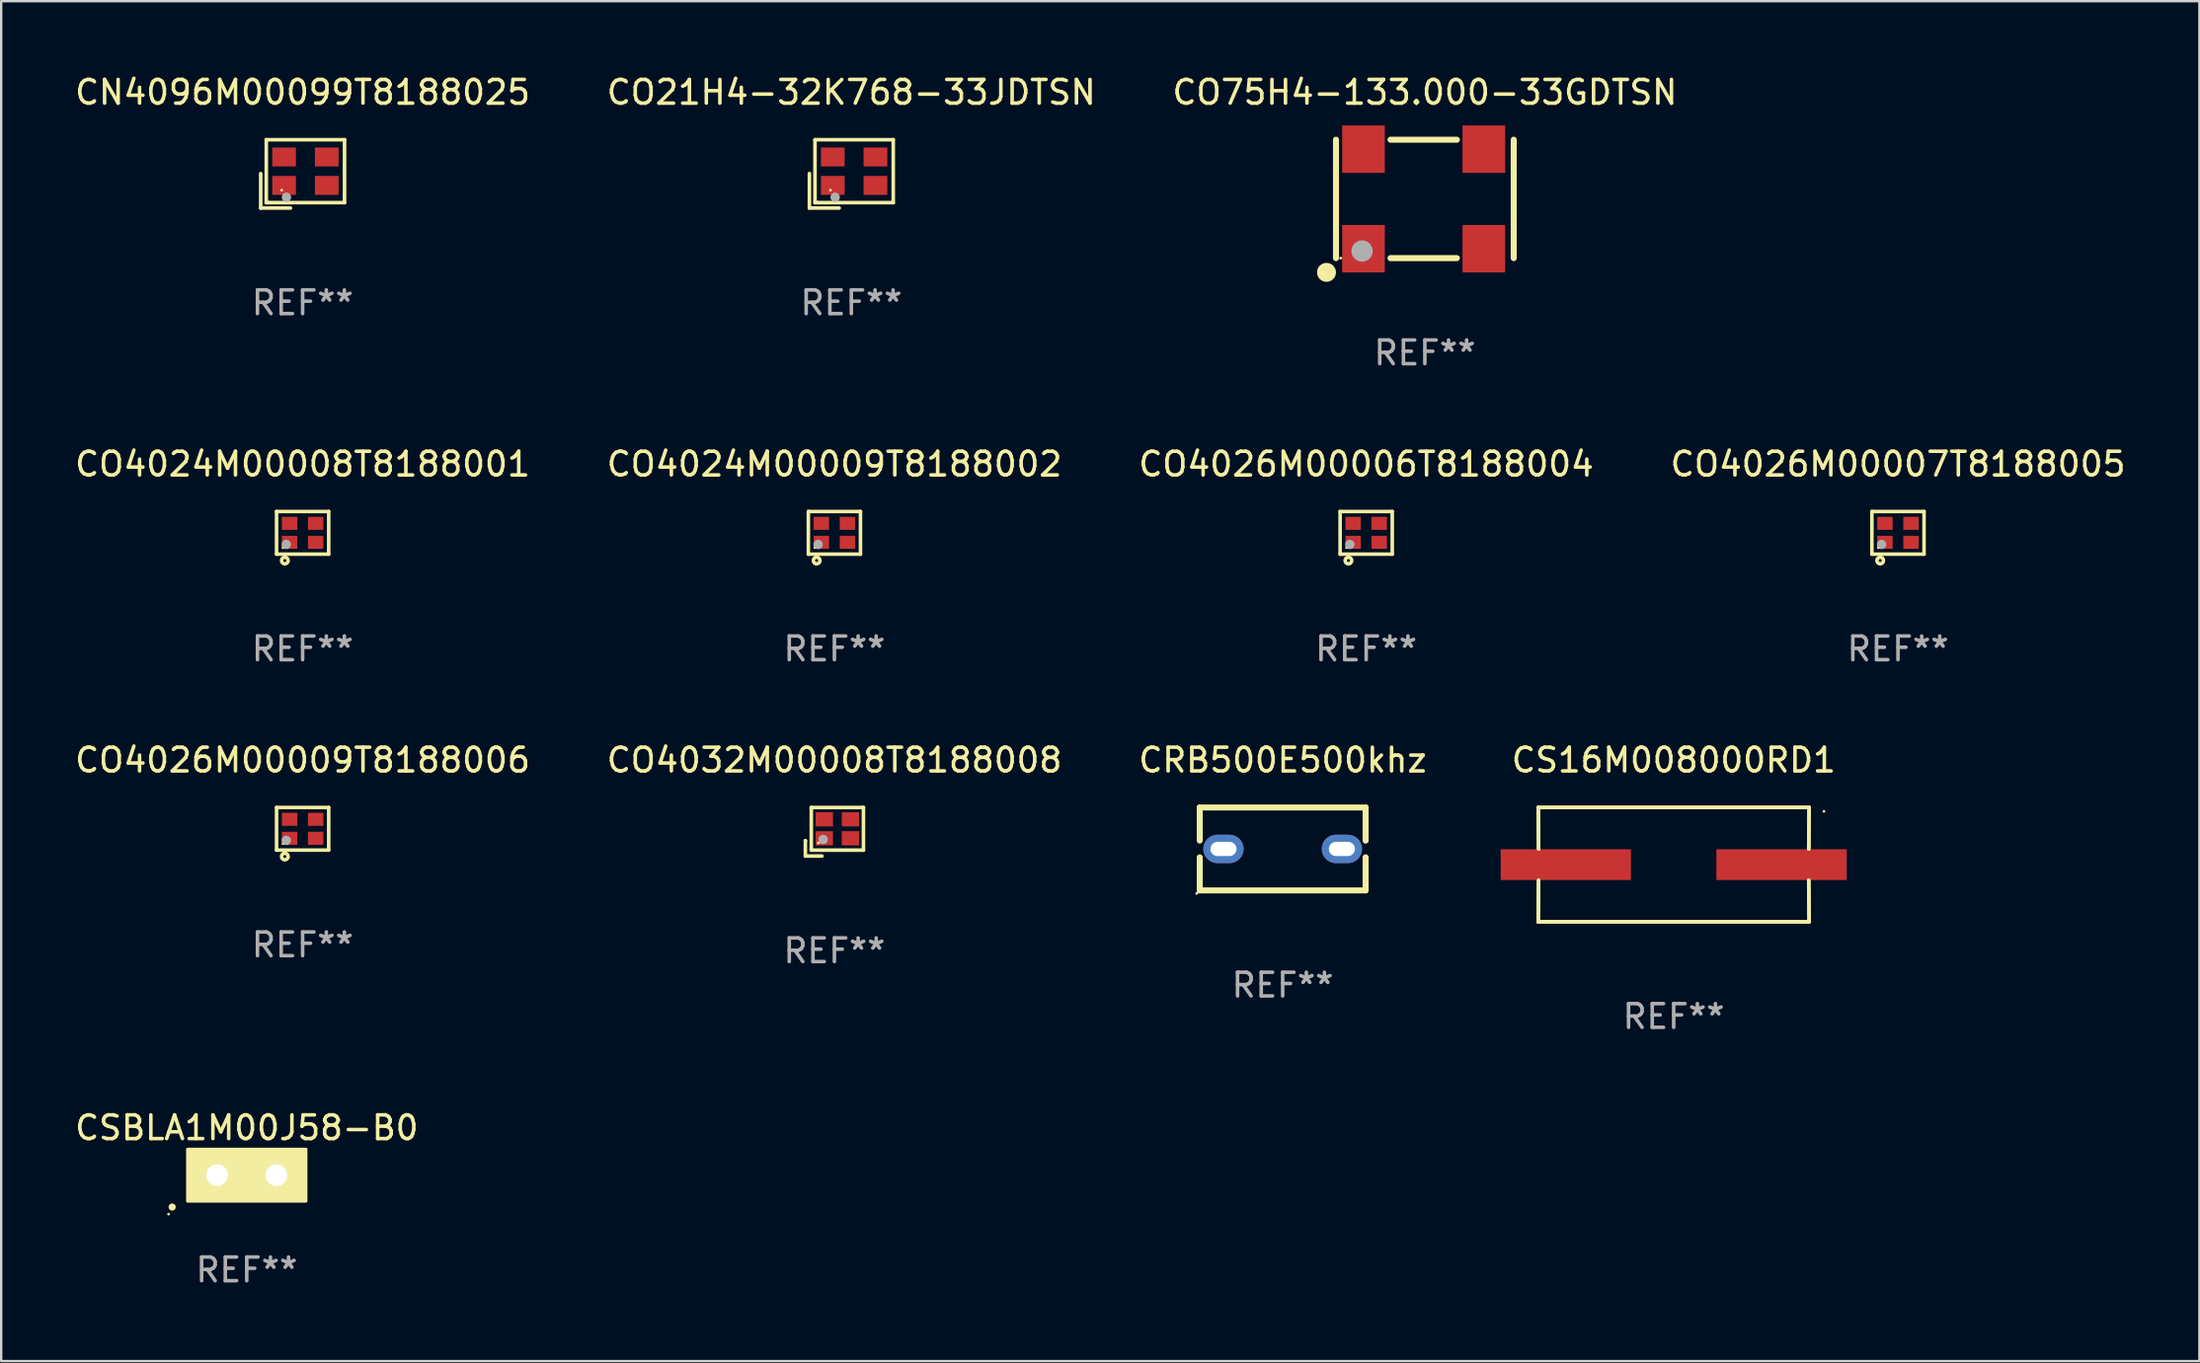
<source format=kicad_pcb>
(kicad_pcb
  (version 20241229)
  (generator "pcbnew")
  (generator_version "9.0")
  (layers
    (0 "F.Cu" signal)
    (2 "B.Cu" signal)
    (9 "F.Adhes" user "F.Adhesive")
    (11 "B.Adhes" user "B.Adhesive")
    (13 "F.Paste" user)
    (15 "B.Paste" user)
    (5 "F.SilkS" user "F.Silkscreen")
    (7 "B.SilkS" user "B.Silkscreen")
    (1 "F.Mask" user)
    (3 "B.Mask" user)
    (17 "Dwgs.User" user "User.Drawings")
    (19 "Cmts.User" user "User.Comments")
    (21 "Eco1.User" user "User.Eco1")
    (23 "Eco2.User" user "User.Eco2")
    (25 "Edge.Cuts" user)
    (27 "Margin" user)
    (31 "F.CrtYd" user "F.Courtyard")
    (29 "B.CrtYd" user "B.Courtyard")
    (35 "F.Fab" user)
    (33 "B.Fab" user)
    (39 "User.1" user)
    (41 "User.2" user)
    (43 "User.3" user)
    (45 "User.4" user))
  (footprint "CO4032M00008T8188008"
    (layer "F.Cu")
    (at 32.161 32.066)
    (property "Reference" "CO4032M00008T8188008" (at 0 -3.025 0) (layer "F.SilkS") (effects (font (size 1 1) (thickness 0.15))))
    (attr through_hole)
    (fp_line (start -1.225 0.375) (end -1.225 0.375) (stroke (width 0.152) (type solid)) (layer "F.SilkS"))
    (fp_line (start -1.225 0.375) (end -1.225 1.025) (stroke (width 0.152) (type solid)) (layer "F.SilkS"))
    (fp_line (start -1.225 1.025) (end -0.526 1.025) (stroke (width 0.152) (type solid)) (layer "F.SilkS"))
    (fp_line (start -0.975 -1.025) (end -0.975 0.725) (stroke (width 0.152) (type solid)) (layer "F.SilkS"))
    (fp_line (start -0.975 0.725) (end -0.975 0.775) (stroke (width 0.152) (type solid)) (layer "F.SilkS"))
    (fp_line (start -0.975 0.775) (end 1.225 0.775) (stroke (width 0.152) (type solid)) (layer "F.SilkS"))
    (fp_line (start 1.225 -1.025) (end -0.975 -1.025) (stroke (width 0.152) (type solid)) (layer "F.SilkS"))
    (fp_line (start 1.225 0.775) (end 1.225 -1.025) (stroke (width 0.152) (type solid)) (layer "F.SilkS"))
    (fp_circle (center -0.675 0.475) (end -0.645 0.475) (stroke (width 0.06) (type solid)) (fill no) (layer "F.SilkS"))
    (fp_circle (center -0.475 0.325) (end -0.375 0.325) (stroke (width 0.2) (type solid)) (fill no) (layer "F.Fab"))
    (fp_text user "REF**" (at 0 5.025 0) (layer "F.Fab") (effects (font (size 1 1) (thickness 0.15))))
    (pad "1" smd rect (at -0.425 0.275) (size 0.73 0.6) (layers "F.Cu" "F.Mask" "F.Paste"))
    (pad "2" smd rect (at 0.675 0.275) (size 0.73 0.6) (layers "F.Cu" "F.Mask" "F.Paste"))
    (pad "3" smd rect (at 0.675 -0.525) (size 0.73 0.6) (layers "F.Cu" "F.Mask" "F.Paste"))
    (pad "4" smd rect (at -0.425 -0.525) (size 0.73 0.6) (layers "F.Cu" "F.Mask" "F.Paste")))
  (footprint "CO4024M00009T8188002"
    (layer "F.Cu")
    (at 32.161 19.445)
    (property "Reference" "CO4024M00009T8188002" (at 0 -2.9 0) (layer "F.SilkS") (effects (font (size 1 1) (thickness 0.15))))
    (attr through_hole)
    (fp_line (start -1.1 -0.9) (end -1.1 0.9) (stroke (width 0.15) (type solid)) (layer "F.SilkS"))
    (fp_line (start -1.1 -0.9) (end 1.1 -0.9) (stroke (width 0.15) (type solid)) (layer "F.SilkS"))
    (fp_line (start -1.1 0.9) (end 1.1 0.9) (stroke (width 0.15) (type solid)) (layer "F.SilkS"))
    (fp_line (start 1.1 -0.9) (end 1.1 0.9) (stroke (width 0.15) (type solid)) (layer "F.SilkS"))
    (fp_circle (center -0.825 0.625) (end -0.795 0.625) (stroke (width 0.06) (type solid)) (fill no) (layer "F.SilkS"))
    (fp_circle (center -0.75 1.17) (end -0.686 1.17) (stroke (width 0.15) (type solid)) (fill no) (layer "F.SilkS"))
    (fp_circle (center -0.69 0.49) (end -0.59 0.49) (stroke (width 0.2) (type solid)) (fill no) (layer "F.Fab"))
    (fp_text user "REF**" (at 0 4.9 0) (layer "F.Fab") (effects (font (size 1 1) (thickness 0.15))))
    (pad "1" smd rect (at -0.55 0.4) (size 0.65 0.55) (layers "F.Cu" "F.Mask" "F.Paste"))
    (pad "2" smd rect (at 0.55 0.4) (size 0.65 0.55) (layers "F.Cu" "F.Mask" "F.Paste"))
    (pad "3" smd rect (at 0.55 -0.4) (size 0.65 0.55) (layers "F.Cu" "F.Mask" "F.Paste"))
    (pad "4" smd rect (at -0.55 -0.4) (size 0.65 0.55) (layers "F.Cu" "F.Mask" "F.Paste")))
  (footprint "CRB500E500khz"
    (layer "F.Cu")
    (at 51.077 32.791)
    (property "Reference" "CRB500E500khz" (at 0 -3.75 0) (layer "F.SilkS") (effects (font (size 1 1) (thickness 0.15))))
    (attr through_hole)
    (fp_line (start -3.5 -1.75) (end -3.5 -0.354) (stroke (width 0.254) (type solid)) (layer "F.SilkS"))
    (fp_line (start -3.5 -1.75) (end 3.5 -1.75) (stroke (width 0.254) (type solid)) (layer "F.SilkS"))
    (fp_line (start -3.5 0.354) (end -3.5 1.75) (stroke (width 0.254) (type solid)) (layer "F.SilkS"))
    (fp_line (start 3.5 -1.75) (end 3.5 -0.353) (stroke (width 0.254) (type solid)) (layer "F.SilkS"))
    (fp_line (start 3.5 0.353) (end 3.5 1.75) (stroke (width 0.254) (type solid)) (layer "F.SilkS"))
    (fp_line (start 3.5 1.75) (end -3.5 1.75) (stroke (width 0.254) (type solid)) (layer "F.SilkS"))
    (fp_circle (center -3.627 1.877) (end -3.597 1.877) (stroke (width 0.06) (type solid)) (fill no) (layer "F.SilkS"))
    (fp_text user "REF**" (at 0 5.75 0) (layer "F.Fab") (effects (font (size 1 1) (thickness 0.15))))
    (pad "1" thru_hole oval (at -2.499 0) (size 1.7 1.2) (drill oval 1.1 0.6) (layers "*.Cu" "*.Mask"))
    (pad "2" thru_hole oval (at 2.499 0) (size 1.7 1.2) (drill oval 1.1 0.6) (layers "*.Cu" "*.Mask")))
  (footprint "CO4026M00006T8188004"
    (layer "F.Cu")
    (at 54.601 19.445)
    (property "Reference" "CO4026M00006T8188004" (at 0 -2.9 0) (layer "F.SilkS") (effects (font (size 1 1) (thickness 0.15))))
    (attr through_hole)
    (fp_line (start -1.1 -0.9) (end -1.1 0.9) (stroke (width 0.15) (type solid)) (layer "F.SilkS"))
    (fp_line (start -1.1 -0.9) (end 1.1 -0.9) (stroke (width 0.15) (type solid)) (layer "F.SilkS"))
    (fp_line (start -1.1 0.9) (end 1.1 0.9) (stroke (width 0.15) (type solid)) (layer "F.SilkS"))
    (fp_line (start 1.1 -0.9) (end 1.1 0.9) (stroke (width 0.15) (type solid)) (layer "F.SilkS"))
    (fp_circle (center -0.825 0.625) (end -0.795 0.625) (stroke (width 0.06) (type solid)) (fill no) (layer "F.SilkS"))
    (fp_circle (center -0.75 1.17) (end -0.686 1.17) (stroke (width 0.15) (type solid)) (fill no) (layer "F.SilkS"))
    (fp_circle (center -0.69 0.49) (end -0.59 0.49) (stroke (width 0.2) (type solid)) (fill no) (layer "F.Fab"))
    (fp_text user "REF**" (at 0 4.9 0) (layer "F.Fab") (effects (font (size 1 1) (thickness 0.15))))
    (pad "1" smd rect (at -0.55 0.4) (size 0.65 0.55) (layers "F.Cu" "F.Mask" "F.Paste"))
    (pad "2" smd rect (at 0.55 0.4) (size 0.65 0.55) (layers "F.Cu" "F.Mask" "F.Paste"))
    (pad "3" smd rect (at 0.55 -0.4) (size 0.65 0.55) (layers "F.Cu" "F.Mask" "F.Paste"))
    (pad "4" smd rect (at -0.55 -0.4) (size 0.65 0.55) (layers "F.Cu" "F.Mask" "F.Paste")))
  (footprint "CSBLA1M00J58-B0"
    (layer "F.Cu")
    (at 7.363 46.564)
    (property "Reference" "CSBLA1M00J58-B0" (at 0 -2 0) (layer "F.SilkS") (effects (font (size 1 1) (thickness 0.15))))
    (attr through_hole)
    (fp_arc (start -3.149606 1.346203) (mid -3.148336 1.346198) (end -3.147066 1.346203) (stroke (width 0.3) (type solid)) (layer "F.SilkS"))
    (fp_circle (center -3.298 1.646) (end -3.268 1.646) (stroke (width 0.06) (type solid)) (fill no) (layer "F.SilkS"))
    (fp_poly (pts (xy -2.5 -1.1) (xy 2.5 -1.1) (xy 2.5 1.1) (xy -2.5 1.1)) (stroke (width 0.12) (type solid)) (fill yes) (layer "F.SilkS"))
    (fp_text user "REF**" (at 0 4 0) (layer "F.Fab") (effects (font (size 1 1) (thickness 0.15))))
    (pad "1" thru_hole circle (at -1.25 0) (size 1.524 1.524) (drill 0.914) (layers "*.Cu" "*.Mask"))
    (pad "2" thru_hole circle (at 1.25 0) (size 1.524 1.524) (drill 0.914) (layers "*.Cu" "*.Mask")))
  (footprint "CO21H4-32K768-33JDTSN"
    (layer "F.Cu")
    (at 32.875 4.291)
    (property "Reference" "CO21H4-32K768-33JDTSN" (at 0 -3.443 0) (layer "F.SilkS") (effects (font (size 1 1) (thickness 0.15))))
    (attr through_hole)
    (fp_line (start -1.769 -0.014) (end -1.769 1.443) (stroke (width 0.152) (type solid)) (layer "F.SilkS"))
    (fp_line (start -1.769 1.443) (end -0.512 1.443) (stroke (width 0.152) (type solid)) (layer "F.SilkS"))
    (fp_line (start -1.533 -1.443) (end 1.769 -1.443) (stroke (width 0.152) (type solid)) (layer "F.SilkS"))
    (fp_line (start -1.533 1.214) (end -1.533 -1.443) (stroke (width 0.152) (type solid)) (layer "F.SilkS"))
    (fp_line (start -1.411 1.214) (end -1.533 1.214) (stroke (width 0.152) (type solid)) (layer "F.SilkS"))
    (fp_line (start 1.769 -1.443) (end 1.769 1.214) (stroke (width 0.152) (type solid)) (layer "F.SilkS"))
    (fp_line (start 1.769 1.214) (end -1.411 1.214) (stroke (width 0.152) (type solid)) (layer "F.SilkS"))
    (fp_circle (center -0.882 0.686) (end -0.852 0.686) (stroke (width 0.06) (type solid)) (fill no) (layer "F.SilkS"))
    (fp_circle (center -0.682 0.986) (end -0.582 0.986) (stroke (width 0.2) (type solid)) (fill no) (layer "F.Fab"))
    (fp_text user "REF**" (at 0 5.443 0) (layer "F.Fab") (effects (font (size 1 1) (thickness 0.15))))
    (pad "1" smd rect (at -0.782 0.486 90) (size 0.8 1) (layers "F.Cu" "F.Mask" "F.Paste"))
    (pad "2" smd rect (at 1.018 0.486 90) (size 0.8 1) (layers "F.Cu" "F.Mask" "F.Paste"))
    (pad "3" smd rect (at 1.018 -0.714 90) (size 0.8 1) (layers "F.Cu" "F.Mask" "F.Paste"))
    (pad "4" smd rect (at -0.782 -0.714 90) (size 0.8 1) (layers "F.Cu" "F.Mask" "F.Paste")))
  (footprint "CN4096M00099T8188025"
    (layer "F.Cu")
    (at 9.72 4.291)
    (property "Reference" "CN4096M00099T8188025" (at 0 -3.443 0) (layer "F.SilkS") (effects (font (size 1 1) (thickness 0.15))))
    (attr through_hole)
    (fp_line (start -1.769 -0.014) (end -1.769 1.443) (stroke (width 0.152) (type solid)) (layer "F.SilkS"))
    (fp_line (start -1.769 1.443) (end -0.512 1.443) (stroke (width 0.152) (type solid)) (layer "F.SilkS"))
    (fp_line (start -1.533 -1.443) (end 1.769 -1.443) (stroke (width 0.152) (type solid)) (layer "F.SilkS"))
    (fp_line (start -1.533 1.214) (end -1.533 -1.443) (stroke (width 0.152) (type solid)) (layer "F.SilkS"))
    (fp_line (start -1.411 1.214) (end -1.533 1.214) (stroke (width 0.152) (type solid)) (layer "F.SilkS"))
    (fp_line (start 1.769 -1.443) (end 1.769 1.214) (stroke (width 0.152) (type solid)) (layer "F.SilkS"))
    (fp_line (start 1.769 1.214) (end -1.411 1.214) (stroke (width 0.152) (type solid)) (layer "F.SilkS"))
    (fp_circle (center -0.882 0.686) (end -0.852 0.686) (stroke (width 0.06) (type solid)) (fill no) (layer "F.SilkS"))
    (fp_circle (center -0.682 0.986) (end -0.582 0.986) (stroke (width 0.2) (type solid)) (fill no) (layer "F.Fab"))
    (fp_text user "REF**" (at 0 5.443 0) (layer "F.Fab") (effects (font (size 1 1) (thickness 0.15))))
    (pad "1" smd rect (at -0.782 0.486 90) (size 0.8 1) (layers "F.Cu" "F.Mask" "F.Paste"))
    (pad "2" smd rect (at 1.018 0.486 90) (size 0.8 1) (layers "F.Cu" "F.Mask" "F.Paste"))
    (pad "3" smd rect (at 1.018 -0.714 90) (size 0.8 1) (layers "F.Cu" "F.Mask" "F.Paste"))
    (pad "4" smd rect (at -0.782 -0.714 90) (size 0.8 1) (layers "F.Cu" "F.Mask" "F.Paste")))
  (footprint "CO4026M00007T8188005"
    (layer "F.Cu")
    (at 77.042 19.445)
    (property "Reference" "CO4026M00007T8188005" (at 0 -2.9 0) (layer "F.SilkS") (effects (font (size 1 1) (thickness 0.15))))
    (attr through_hole)
    (fp_line (start -1.1 -0.9) (end -1.1 0.9) (stroke (width 0.15) (type solid)) (layer "F.SilkS"))
    (fp_line (start -1.1 -0.9) (end 1.1 -0.9) (stroke (width 0.15) (type solid)) (layer "F.SilkS"))
    (fp_line (start -1.1 0.9) (end 1.1 0.9) (stroke (width 0.15) (type solid)) (layer "F.SilkS"))
    (fp_line (start 1.1 -0.9) (end 1.1 0.9) (stroke (width 0.15) (type solid)) (layer "F.SilkS"))
    (fp_circle (center -0.825 0.625) (end -0.795 0.625) (stroke (width 0.06) (type solid)) (fill no) (layer "F.SilkS"))
    (fp_circle (center -0.75 1.17) (end -0.686 1.17) (stroke (width 0.15) (type solid)) (fill no) (layer "F.SilkS"))
    (fp_circle (center -0.69 0.49) (end -0.59 0.49) (stroke (width 0.2) (type solid)) (fill no) (layer "F.Fab"))
    (fp_text user "REF**" (at 0 4.9 0) (layer "F.Fab") (effects (font (size 1 1) (thickness 0.15))))
    (pad "1" smd rect (at -0.55 0.4) (size 0.65 0.55) (layers "F.Cu" "F.Mask" "F.Paste"))
    (pad "2" smd rect (at 0.55 0.4) (size 0.65 0.55) (layers "F.Cu" "F.Mask" "F.Paste"))
    (pad "3" smd rect (at 0.55 -0.4) (size 0.65 0.55) (layers "F.Cu" "F.Mask" "F.Paste"))
    (pad "4" smd rect (at -0.55 -0.4) (size 0.65 0.55) (layers "F.Cu" "F.Mask" "F.Paste")))
  (footprint "CO4024M00008T8188001"
    (layer "F.Cu")
    (at 9.72 19.445)
    (property "Reference" "CO4024M00008T8188001" (at 0 -2.9 0) (layer "F.SilkS") (effects (font (size 1 1) (thickness 0.15))))
    (attr through_hole)
    (fp_line (start -1.1 -0.9) (end -1.1 0.9) (stroke (width 0.15) (type solid)) (layer "F.SilkS"))
    (fp_line (start -1.1 -0.9) (end 1.1 -0.9) (stroke (width 0.15) (type solid)) (layer "F.SilkS"))
    (fp_line (start -1.1 0.9) (end 1.1 0.9) (stroke (width 0.15) (type solid)) (layer "F.SilkS"))
    (fp_line (start 1.1 -0.9) (end 1.1 0.9) (stroke (width 0.15) (type solid)) (layer "F.SilkS"))
    (fp_circle (center -0.825 0.625) (end -0.795 0.625) (stroke (width 0.06) (type solid)) (fill no) (layer "F.SilkS"))
    (fp_circle (center -0.75 1.17) (end -0.686 1.17) (stroke (width 0.15) (type solid)) (fill no) (layer "F.SilkS"))
    (fp_circle (center -0.69 0.49) (end -0.59 0.49) (stroke (width 0.2) (type solid)) (fill no) (layer "F.Fab"))
    (fp_text user "REF**" (at 0 4.9 0) (layer "F.Fab") (effects (font (size 1 1) (thickness 0.15))))
    (pad "1" smd rect (at -0.55 0.4) (size 0.65 0.55) (layers "F.Cu" "F.Mask" "F.Paste"))
    (pad "2" smd rect (at 0.55 0.4) (size 0.65 0.55) (layers "F.Cu" "F.Mask" "F.Paste"))
    (pad "3" smd rect (at 0.55 -0.4) (size 0.65 0.55) (layers "F.Cu" "F.Mask" "F.Paste"))
    (pad "4" smd rect (at -0.55 -0.4) (size 0.65 0.55) (layers "F.Cu" "F.Mask" "F.Paste")))
  (footprint "CS16M008000RD1"
    (layer "F.Cu")
    (at 67.577 33.454)
    (property "Reference" "CS16M008000RD1" (at 0 -4.413 0) (layer "F.SilkS") (effects (font (size 1 1) (thickness 0.15))))
    (attr through_hole)
    (fp_line (start -5.715 -2.413) (end -5.7 -0.662) (stroke (width 0.152) (type solid)) (layer "F.SilkS"))
    (fp_line (start -5.715 -2.413) (end -5.7 -0.662) (stroke (width 0.152) (type solid)) (layer "F.SilkS"))
    (fp_line (start -5.715 2.413) (end 5.715 2.413) (stroke (width 0.152) (type solid)) (layer "F.SilkS"))
    (fp_line (start -5.715 2.413) (end 5.715 2.413) (stroke (width 0.152) (type solid)) (layer "F.SilkS"))
    (fp_line (start -5.7 0.662) (end -5.715 2.413) (stroke (width 0.152) (type solid)) (layer "F.SilkS"))
    (fp_line (start -5.7 0.662) (end -5.715 2.413) (stroke (width 0.152) (type solid)) (layer "F.SilkS"))
    (fp_line (start 5.7 -0.662) (end 5.715 -2.413) (stroke (width 0.152) (type solid)) (layer "F.SilkS"))
    (fp_line (start 5.7 -0.662) (end 5.715 -2.413) (stroke (width 0.152) (type solid)) (layer "F.SilkS"))
    (fp_line (start 5.715 -2.413) (end -5.715 -2.413) (stroke (width 0.152) (type solid)) (layer "F.SilkS"))
    (fp_line (start 5.715 -2.413) (end -5.715 -2.413) (stroke (width 0.152) (type solid)) (layer "F.SilkS"))
    (fp_line (start 5.715 2.413) (end 5.7 0.662) (stroke (width 0.152) (type solid)) (layer "F.SilkS"))
    (fp_line (start 5.715 2.413) (end 5.7 0.662) (stroke (width 0.152) (type solid)) (layer "F.SilkS"))
    (fp_circle (center 6.34 -2.25) (end 6.37 -2.25) (stroke (width 0.06) (type solid)) (fill no) (layer "F.SilkS"))
    (fp_text user "REF**" (at 0 6.413 0) (layer "F.Fab") (effects (font (size 1 1) (thickness 0.15))))
    (pad "1" smd rect (at 4.553 0.000127) (size 5.5 1.3) (layers "F.Cu" "F.Mask" "F.Paste"))
    (pad "2" smd rect (at -4.553 0.000127) (size 5.5 1.3) (layers "F.Cu" "F.Mask" "F.Paste")))
  (footprint "CO4026M00009T8188006"
    (layer "F.Cu")
    (at 9.72 31.941)
    (property "Reference" "CO4026M00009T8188006" (at 0 -2.9 0) (layer "F.SilkS") (effects (font (size 1 1) (thickness 0.15))))
    (attr through_hole)
    (fp_line (start -1.1 -0.9) (end -1.1 0.9) (stroke (width 0.15) (type solid)) (layer "F.SilkS"))
    (fp_line (start -1.1 -0.9) (end 1.1 -0.9) (stroke (width 0.15) (type solid)) (layer "F.SilkS"))
    (fp_line (start -1.1 0.9) (end 1.1 0.9) (stroke (width 0.15) (type solid)) (layer "F.SilkS"))
    (fp_line (start 1.1 -0.9) (end 1.1 0.9) (stroke (width 0.15) (type solid)) (layer "F.SilkS"))
    (fp_circle (center -0.825 0.625) (end -0.795 0.625) (stroke (width 0.06) (type solid)) (fill no) (layer "F.SilkS"))
    (fp_circle (center -0.75 1.17) (end -0.686 1.17) (stroke (width 0.15) (type solid)) (fill no) (layer "F.SilkS"))
    (fp_circle (center -0.69 0.49) (end -0.59 0.49) (stroke (width 0.2) (type solid)) (fill no) (layer "F.Fab"))
    (fp_text user "REF**" (at 0 4.9 0) (layer "F.Fab") (effects (font (size 1 1) (thickness 0.15))))
    (pad "1" smd rect (at -0.55 0.4) (size 0.65 0.55) (layers "F.Cu" "F.Mask" "F.Paste"))
    (pad "2" smd rect (at 0.55 0.4) (size 0.65 0.55) (layers "F.Cu" "F.Mask" "F.Paste"))
    (pad "3" smd rect (at 0.55 -0.4) (size 0.65 0.55) (layers "F.Cu" "F.Mask" "F.Paste"))
    (pad "4" smd rect (at -0.55 -0.4) (size 0.65 0.55) (layers "F.Cu" "F.Mask" "F.Paste")))
  (footprint "CO75H4-133.000-33GDTSN"
    (layer "F.Cu")
    (at 57.077 5.348)
    (property "Reference" "CO75H4-133.000-33GDTSN" (at 0 -4.5 0) (layer "F.SilkS") (effects (font (size 1 1) (thickness 0.15))))
    (attr through_hole)
    (fp_line (start -3.75 -2.5) (end -3.75 2.5) (stroke (width 0.254) (type solid)) (layer "F.SilkS"))
    (fp_line (start -1.45 -2.5) (end 1.35 -2.5) (stroke (width 0.254) (type solid)) (layer "F.SilkS"))
    (fp_line (start -1.45 2.5) (end 1.35 2.5) (stroke (width 0.254) (type solid)) (layer "F.SilkS"))
    (fp_line (start 3.75 -2.5) (end 3.75 2.5) (stroke (width 0.254) (type solid)) (layer "F.SilkS"))
    (fp_circle (center -4.15 3.1) (end -3.95 3.1) (stroke (width 0.4) (type solid)) (fill no) (layer "F.SilkS"))
    (fp_circle (center -3.55 2.5) (end -3.52 2.5) (stroke (width 0.06) (type solid)) (fill no) (layer "F.SilkS"))
    (fp_circle (center -2.65 2.2) (end -2.425 2.2) (stroke (width 0.45) (type solid)) (fill no) (layer "F.Fab"))
    (fp_text user "REF**" (at 0 6.5 0) (layer "F.Fab") (effects (font (size 1 1) (thickness 0.15))))
    (pad "1" smd rect (at -2.59 2.1) (size 1.8 2) (layers "F.Cu" "F.Mask" "F.Paste"))
    (pad "2" smd rect (at 2.49 2.1) (size 1.8 2) (layers "F.Cu" "F.Mask" "F.Paste"))
    (pad "3" smd rect (at 2.49 -2.1) (size 1.8 2) (layers "F.Cu" "F.Mask" "F.Paste"))
    (pad "4" smd rect (at -2.59 -2.1) (size 1.8 2) (layers "F.Cu" "F.Mask" "F.Paste")))
  (gr_rect
    (start -3 -3)
    (end 89.762 54.412)
    (stroke (width 0.1) (type default))
    (fill no)
    (layer "Edge.Cuts")))
</source>
